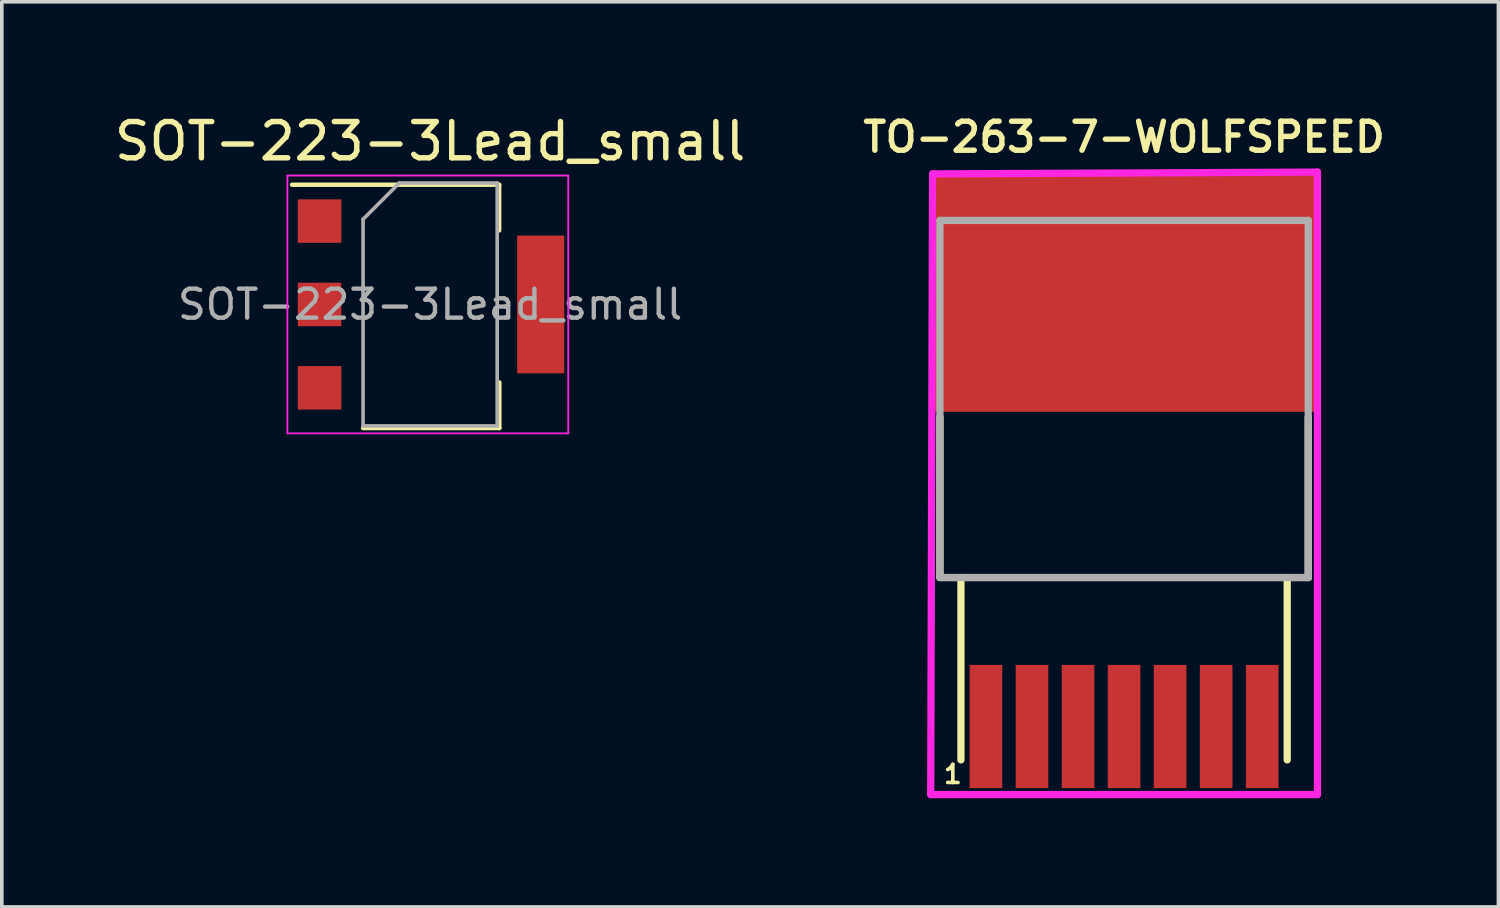
<source format=kicad_pcb>
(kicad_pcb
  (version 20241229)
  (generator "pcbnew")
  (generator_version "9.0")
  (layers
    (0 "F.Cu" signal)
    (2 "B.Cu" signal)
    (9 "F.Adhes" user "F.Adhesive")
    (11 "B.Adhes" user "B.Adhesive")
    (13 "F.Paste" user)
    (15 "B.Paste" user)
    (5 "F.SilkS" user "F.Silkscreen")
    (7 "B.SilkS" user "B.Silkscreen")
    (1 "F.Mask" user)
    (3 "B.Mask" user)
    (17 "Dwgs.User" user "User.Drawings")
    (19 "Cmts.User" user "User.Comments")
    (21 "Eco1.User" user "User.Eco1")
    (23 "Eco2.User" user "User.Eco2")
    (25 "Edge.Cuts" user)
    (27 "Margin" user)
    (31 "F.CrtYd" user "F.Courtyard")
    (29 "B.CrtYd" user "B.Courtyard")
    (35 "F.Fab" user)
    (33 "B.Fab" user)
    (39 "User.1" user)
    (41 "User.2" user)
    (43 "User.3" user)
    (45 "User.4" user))
  (footprint "SOT-223-3Lead_small"
    (layer "F.Cu")
    (at 8.815 5.348)
    (property "Reference" "SOT-223-3Lead_small" (at 0 -4.5 0) (layer "F.SilkS") (effects (font (size 1 1) (thickness 0.15))))
    (attr smd)
    (fp_line (start -3.81 -3.302) (end 1.905 -3.302) (stroke (width 0.12) (type solid)) (layer "F.SilkS"))
    (fp_line (start -1.85 3.41) (end 1.91 3.41) (stroke (width 0.12) (type solid)) (layer "F.SilkS"))
    (fp_line (start 1.905 -3.302) (end 1.905 -2.042) (stroke (width 0.12) (type solid)) (layer "F.SilkS"))
    (fp_line (start 1.91 3.41) (end 1.91 2.15) (stroke (width 0.12) (type solid)) (layer "F.SilkS"))
    (fp_line (start -3.937 -3.556) (end -3.937 3.556) (stroke (width 0.05) (type solid)) (layer "F.CrtYd"))
    (fp_line (start -3.937 3.556) (end 3.81 3.556) (stroke (width 0.05) (type solid)) (layer "F.CrtYd"))
    (fp_line (start 3.81 -3.556) (end -3.937 -3.556) (stroke (width 0.05) (type solid)) (layer "F.CrtYd"))
    (fp_line (start 3.81 3.556) (end 3.81 -3.556) (stroke (width 0.05) (type solid)) (layer "F.CrtYd"))
    (fp_line (start -1.85 -2.35) (end -1.85 3.35) (stroke (width 0.1) (type solid)) (layer "F.Fab"))
    (fp_line (start -1.85 -2.35) (end -0.85 -3.35) (stroke (width 0.1) (type solid)) (layer "F.Fab"))
    (fp_line (start -1.85 3.35) (end 1.85 3.35) (stroke (width 0.1) (type solid)) (layer "F.Fab"))
    (fp_line (start -0.85 -3.35) (end 1.85 -3.35) (stroke (width 0.1) (type solid)) (layer "F.Fab"))
    (fp_line (start 1.85 -3.35) (end 1.85 3.35) (stroke (width 0.1) (type solid)) (layer "F.Fab"))
    (fp_text user "${REFERENCE}" (at 0 0 0) (layer "F.Fab") (effects (font (size 0.8 0.8) (thickness 0.12))))
    (pad "1" smd rect (at -3.05 -2.3) (size 1.2 1.2) (layers "F.Cu" "F.Mask" "F.Paste"))
    (pad "2" smd rect (at -3.05 0) (size 1.2 1.2) (layers "F.Cu" "F.Mask" "F.Paste"))
    (pad "2" smd rect (at 3.05 0) (size 1.3 3.8) (layers "F.Cu" "F.Mask" "F.Paste"))
    (pad "3" smd rect (at -3.05 2.3) (size 1.2 1.2) (layers "F.Cu" "F.Mask" "F.Paste")))
  (footprint "TO-263-7-WOLFSPEED"
    (layer "F.Cu")
    (at 27.957 10.231)
    (property "Reference" "TO-263-7-WOLFSPEED" (at 0 -9.5 0) (layer "F.SilkS") (effects (font (size 0.8 0.8) (thickness 0.15))))
    (attr smd)
    (fp_line (start -5.08 2.642) (end -5.08 -1.778) (stroke (width 0.2) (type solid)) (layer "F.SilkS"))
    (fp_line (start -4.5 2.65) (end -4.5 7.68) (stroke (width 0.2) (type solid)) (layer "F.SilkS"))
    (fp_line (start 4.5 7.68) (end 4.5 2.65) (stroke (width 0.2) (type solid)) (layer "F.SilkS"))
    (fp_line (start 5.08 -1.778) (end 5.08 2.65) (stroke (width 0.2) (type solid)) (layer "F.SilkS"))
    (fp_line (start 5.08 2.65) (end -5.08 2.65) (stroke (width 0.2) (type solid)) (layer "F.SilkS"))
    (fp_line (start -5.334 8.636) (end -5.283 -8.484) (stroke (width 0.2) (type solid)) (layer "F.CrtYd"))
    (fp_line (start 5.334 -8.534) (end -5.283 -8.484) (stroke (width 0.2) (type solid)) (layer "F.CrtYd"))
    (fp_line (start 5.334 -8.534) (end 5.334 8.636) (stroke (width 0.2) (type solid)) (layer "F.CrtYd"))
    (fp_line (start 5.334 8.636) (end -5.334 8.636) (stroke (width 0.2) (type solid)) (layer "F.CrtYd"))
    (fp_line (start -5.08 -7.2) (end 5.08 -7.2) (stroke (width 0.2) (type solid)) (layer "F.Fab"))
    (fp_line (start -5.08 2.65) (end -5.08 -7.2) (stroke (width 0.2) (type solid)) (layer "F.Fab"))
    (fp_line (start 5.08 -7.2) (end 5.08 2.65) (stroke (width 0.2) (type solid)) (layer "F.Fab"))
    (fp_line (start 5.08 2.65) (end -5.08 2.65) (stroke (width 0.2) (type solid)) (layer "F.Fab"))
    (fp_text user "1" (at -4.724 8.077 0) (layer "F.SilkS") (effects (font (size 0.5 0.5) (thickness 0.1))))
    (pad "1" smd rect (at -3.81 6.76) (size 0.9 3.4) (layers "F.Cu" "F.Mask" "F.Paste"))
    (pad "2" smd rect (at -2.54 6.76) (size 0.9 3.4) (layers "F.Cu" "F.Mask" "F.Paste"))
    (pad "3" smd rect (at -1.27 6.76) (size 0.9 3.4) (layers "F.Cu" "F.Mask" "F.Paste"))
    (pad "4" smd rect (at 0 6.76) (size 0.9 3.4) (layers "F.Cu" "F.Mask" "F.Paste"))
    (pad "5" smd rect (at 1.27 6.76) (size 0.9 3.4) (layers "F.Cu" "F.Mask" "F.Paste"))
    (pad "6" smd rect (at 2.54 6.76) (size 0.9 3.4) (layers "F.Cu" "F.Mask" "F.Paste"))
    (pad "7" smd rect (at 3.81 6.76) (size 0.9 3.4) (layers "F.Cu" "F.Mask" "F.Paste"))
    (pad "8" smd rect (at 0 -5.19) (size 10.48 6.538) (layers "F.Cu" "F.Mask" "F.Paste")))
  (gr_rect
    (start -3 -3)
    (end 38.283 21.967)
    (stroke (width 0.1) (type default))
    (fill no)
    (layer "Edge.Cuts")))
</source>
